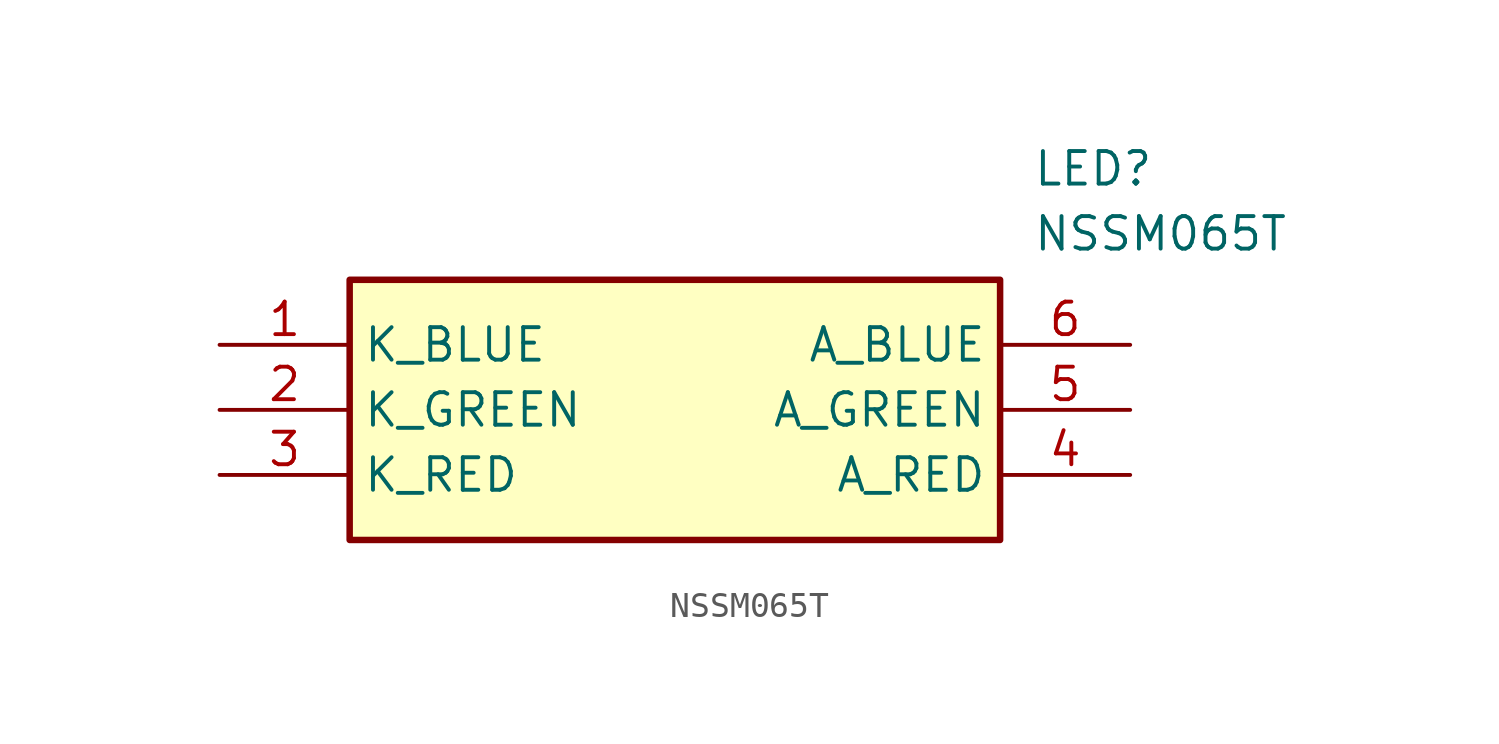
<source format=kicad_sym>
(kicad_symbol_lib
  (version 20211014)
  (generator SamacSys_ECAD_Model)
  (symbol "NSSM065T"
    (property "Reference" "LED"
      (at 31.75 7.62 0)
      (effects (font (size 1.27 1.27)) (justify left top)))
    (property "Value" "NSSM065T"
      (at 31.75 5.08 0)
      (effects (font (size 1.27 1.27)) (justify left top)))
    (rectangle
      (start 5.08 2.54)
      (end 30.48 -7.62)
      (stroke (width 0.254) (type default))
      (fill (type background)))
    (pin passive line
      (at 0 0 0)
      (length 5.08)
      (name "K_BLUE" (effects (font (size 1.27 1.27))))
      (number "1" (effects (font (size 1.27 1.27)))))
    (pin passive line
      (at 0 -2.54 0)
      (length 5.08)
      (name "K_GREEN" (effects (font (size 1.27 1.27))))
      (number "2" (effects (font (size 1.27 1.27)))))
    (pin passive line
      (at 0 -5.08 0)
      (length 5.08)
      (name "K_RED" (effects (font (size 1.27 1.27))))
      (number "3" (effects (font (size 1.27 1.27)))))
    (pin passive line
      (at 35.56 -5.08 180)
      (length 5.08)
      (name "A_RED" (effects (font (size 1.27 1.27))))
      (number "4" (effects (font (size 1.27 1.27)))))
    (pin passive line
      (at 35.56 -2.54 180)
      (length 5.08)
      (name "A_GREEN" (effects (font (size 1.27 1.27))))
      (number "5" (effects (font (size 1.27 1.27)))))
    (pin passive line
      (at 35.56 0 180)
      (length 5.08)
      (name "A_BLUE" (effects (font (size 1.27 1.27))))
      (number "6" (effects (font (size 1.27 1.27)))))))
</source>
